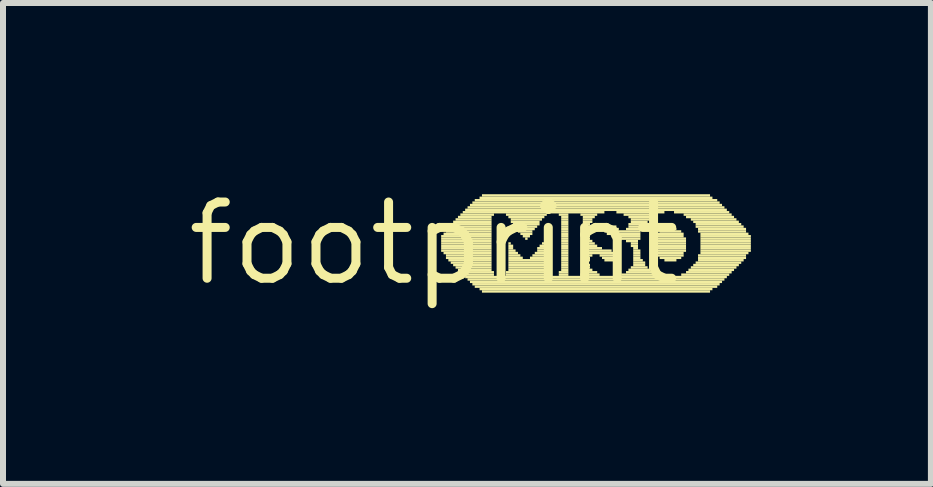
<source format=kicad_pcb>
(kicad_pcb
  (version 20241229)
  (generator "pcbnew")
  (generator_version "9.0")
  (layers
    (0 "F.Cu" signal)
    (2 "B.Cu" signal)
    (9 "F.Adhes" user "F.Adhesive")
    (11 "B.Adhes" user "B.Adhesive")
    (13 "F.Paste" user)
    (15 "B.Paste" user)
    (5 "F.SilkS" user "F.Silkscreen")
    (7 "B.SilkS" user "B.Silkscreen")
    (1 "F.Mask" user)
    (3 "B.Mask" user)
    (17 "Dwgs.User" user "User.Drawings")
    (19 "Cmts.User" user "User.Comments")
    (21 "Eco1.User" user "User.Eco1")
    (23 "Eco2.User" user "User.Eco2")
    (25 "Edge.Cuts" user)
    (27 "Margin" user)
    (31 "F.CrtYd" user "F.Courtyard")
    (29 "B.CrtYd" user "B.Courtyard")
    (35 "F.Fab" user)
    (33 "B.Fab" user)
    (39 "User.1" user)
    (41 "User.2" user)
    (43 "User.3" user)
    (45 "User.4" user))
  (footprint "footprint"
    (layer "F.Cu")
    (at 4.18 1.006)
    (property "Reference" "footprint" (at 0 0 0) (layer "F.SilkS") (effects (font (size 1.27 1.27) (thickness 0.15))))
    (fp_poly (pts (xy 0.12 -0.1) (xy 0.96 -0.1) (xy 0.96 -0.14) (xy 0.12 -0.14)) (stroke (width 0) (type solid)) (fill yes) (layer "F.SilkS"))
    (fp_poly (pts (xy 0.12 -0.06) (xy 0.96 -0.06) (xy 0.96 -0.1) (xy 0.12 -0.1)) (stroke (width 0) (type solid)) (fill yes) (layer "F.SilkS"))
    (fp_poly (pts (xy 0.12 -0.02) (xy 0.96 -0.02) (xy 0.96 -0.06) (xy 0.12 -0.06)) (stroke (width 0) (type solid)) (fill yes) (layer "F.SilkS"))
    (fp_poly (pts (xy 0.12 0.02) (xy 0.96 0.02) (xy 0.96 -0.02) (xy 0.12 -0.02)) (stroke (width 0) (type solid)) (fill yes) (layer "F.SilkS"))
    (fp_poly (pts (xy 0.12 0.06) (xy 0.96 0.06) (xy 0.96 0.02) (xy 0.12 0.02)) (stroke (width 0) (type solid)) (fill yes) (layer "F.SilkS"))
    (fp_poly (pts (xy 0.12 0.1) (xy 0.96 0.1) (xy 0.96 0.06) (xy 0.12 0.06)) (stroke (width 0) (type solid)) (fill yes) (layer "F.SilkS"))
    (fp_poly (pts (xy 0.12 0.14) (xy 0.96 0.14) (xy 0.96 0.1) (xy 0.12 0.1)) (stroke (width 0) (type solid)) (fill yes) (layer "F.SilkS"))
    (fp_poly (pts (xy 0.16 -0.14) (xy 0.96 -0.14) (xy 0.96 -0.18) (xy 0.16 -0.18)) (stroke (width 0) (type solid)) (fill yes) (layer "F.SilkS"))
    (fp_poly (pts (xy 0.16 0.18) (xy 0.96 0.18) (xy 0.96 0.14) (xy 0.16 0.14)) (stroke (width 0) (type solid)) (fill yes) (layer "F.SilkS"))
    (fp_poly (pts (xy 0.2 -0.22) (xy 0.96 -0.22) (xy 0.96 -0.26) (xy 0.2 -0.26)) (stroke (width 0) (type solid)) (fill yes) (layer "F.SilkS"))
    (fp_poly (pts (xy 0.2 -0.18) (xy 0.96 -0.18) (xy 0.96 -0.22) (xy 0.2 -0.22)) (stroke (width 0) (type solid)) (fill yes) (layer "F.SilkS"))
    (fp_poly (pts (xy 0.2 0.22) (xy 0.96 0.22) (xy 0.96 0.18) (xy 0.2 0.18)) (stroke (width 0) (type solid)) (fill yes) (layer "F.SilkS"))
    (fp_poly (pts (xy 0.2 0.26) (xy 0.96 0.26) (xy 0.96 0.22) (xy 0.2 0.22)) (stroke (width 0) (type solid)) (fill yes) (layer "F.SilkS"))
    (fp_poly (pts (xy 0.24 -0.26) (xy 0.96 -0.26) (xy 0.96 -0.3) (xy 0.24 -0.3)) (stroke (width 0) (type solid)) (fill yes) (layer "F.SilkS"))
    (fp_poly (pts (xy 0.24 0.3) (xy 0.96 0.3) (xy 0.96 0.26) (xy 0.24 0.26)) (stroke (width 0) (type solid)) (fill yes) (layer "F.SilkS"))
    (fp_poly (pts (xy 0.28 -0.3) (xy 0.96 -0.3) (xy 0.96 -0.34) (xy 0.28 -0.34)) (stroke (width 0) (type solid)) (fill yes) (layer "F.SilkS"))
    (fp_poly (pts (xy 0.28 0.34) (xy 0.96 0.34) (xy 0.96 0.3) (xy 0.28 0.3)) (stroke (width 0) (type solid)) (fill yes) (layer "F.SilkS"))
    (fp_poly (pts (xy 0.32 -0.34) (xy 0.96 -0.34) (xy 0.96 -0.38) (xy 0.32 -0.38)) (stroke (width 0) (type solid)) (fill yes) (layer "F.SilkS"))
    (fp_poly (pts (xy 0.32 0.38) (xy 0.96 0.38) (xy 0.96 0.34) (xy 0.32 0.34)) (stroke (width 0) (type solid)) (fill yes) (layer "F.SilkS"))
    (fp_poly (pts (xy 0.36 -0.38) (xy 0.96 -0.38) (xy 0.96 -0.42) (xy 0.36 -0.42)) (stroke (width 0) (type solid)) (fill yes) (layer "F.SilkS"))
    (fp_poly (pts (xy 0.36 0.42) (xy 0.96 0.42) (xy 0.96 0.38) (xy 0.36 0.38)) (stroke (width 0) (type solid)) (fill yes) (layer "F.SilkS"))
    (fp_poly (pts (xy 0.4 -0.42) (xy 0.96 -0.42) (xy 0.96 -0.46) (xy 0.4 -0.46)) (stroke (width 0) (type solid)) (fill yes) (layer "F.SilkS"))
    (fp_poly (pts (xy 0.4 0.46) (xy 0.96 0.46) (xy 0.96 0.42) (xy 0.4 0.42)) (stroke (width 0) (type solid)) (fill yes) (layer "F.SilkS"))
    (fp_poly (pts (xy 0.44 -0.46) (xy 1 -0.46) (xy 1 -0.5) (xy 0.44 -0.5)) (stroke (width 0) (type solid)) (fill yes) (layer "F.SilkS"))
    (fp_poly (pts (xy 0.44 0.5) (xy 1 0.5) (xy 1 0.46) (xy 0.44 0.46)) (stroke (width 0) (type solid)) (fill yes) (layer "F.SilkS"))
    (fp_poly (pts (xy 0.48 -0.5) (xy 2.84 -0.5) (xy 2.84 -0.54) (xy 0.48 -0.54)) (stroke (width 0) (type solid)) (fill yes) (layer "F.SilkS"))
    (fp_poly (pts (xy 0.48 0.54) (xy 1 0.54) (xy 1 0.5) (xy 0.48 0.5)) (stroke (width 0) (type solid)) (fill yes) (layer "F.SilkS"))
    (fp_poly (pts (xy 0.52 -0.54) (xy 4.88 -0.54) (xy 4.88 -0.58) (xy 0.52 -0.58)) (stroke (width 0) (type solid)) (fill yes) (layer "F.SilkS"))
    (fp_poly (pts (xy 0.52 0.58) (xy 4.88 0.58) (xy 4.88 0.54) (xy 0.52 0.54)) (stroke (width 0) (type solid)) (fill yes) (layer "F.SilkS"))
    (fp_poly (pts (xy 0.56 -0.58) (xy 4.84 -0.58) (xy 4.84 -0.62) (xy 0.56 -0.62)) (stroke (width 0) (type solid)) (fill yes) (layer "F.SilkS"))
    (fp_poly (pts (xy 0.56 0.62) (xy 4.84 0.62) (xy 4.84 0.58) (xy 0.56 0.58)) (stroke (width 0) (type solid)) (fill yes) (layer "F.SilkS"))
    (fp_poly (pts (xy 0.6 -0.62) (xy 4.8 -0.62) (xy 4.8 -0.66) (xy 0.6 -0.66)) (stroke (width 0) (type solid)) (fill yes) (layer "F.SilkS"))
    (fp_poly (pts (xy 0.6 0.66) (xy 4.8 0.66) (xy 4.8 0.62) (xy 0.6 0.62)) (stroke (width 0) (type solid)) (fill yes) (layer "F.SilkS"))
    (fp_poly (pts (xy 0.64 -0.66) (xy 4.76 -0.66) (xy 4.76 -0.7) (xy 0.64 -0.7)) (stroke (width 0) (type solid)) (fill yes) (layer "F.SilkS"))
    (fp_poly (pts (xy 0.64 0.7) (xy 4.76 0.7) (xy 4.76 0.66) (xy 0.64 0.66)) (stroke (width 0) (type solid)) (fill yes) (layer "F.SilkS"))
    (fp_poly (pts (xy 0.68 -0.7) (xy 4.72 -0.7) (xy 4.72 -0.74) (xy 0.68 -0.74)) (stroke (width 0) (type solid)) (fill yes) (layer "F.SilkS"))
    (fp_poly (pts (xy 0.68 0.74) (xy 4.72 0.74) (xy 4.72 0.7) (xy 0.68 0.7)) (stroke (width 0) (type solid)) (fill yes) (layer "F.SilkS"))
    (fp_poly (pts (xy 0.76 -0.74) (xy 4.64 -0.74) (xy 4.64 -0.78) (xy 0.76 -0.78)) (stroke (width 0) (type solid)) (fill yes) (layer "F.SilkS"))
    (fp_poly (pts (xy 0.76 0.78) (xy 4.64 0.78) (xy 4.64 0.74) (xy 0.76 0.74)) (stroke (width 0) (type solid)) (fill yes) (layer "F.SilkS"))
    (fp_poly (pts (xy 0.8 -0.78) (xy 4.6 -0.78) (xy 4.6 -0.82) (xy 0.8 -0.82)) (stroke (width 0) (type solid)) (fill yes) (layer "F.SilkS"))
    (fp_poly (pts (xy 0.8 0.82) (xy 4.6 0.82) (xy 4.6 0.78) (xy 0.8 0.78)) (stroke (width 0) (type solid)) (fill yes) (layer "F.SilkS"))
    (fp_poly (pts (xy 1.2 -0.46) (xy 1.88 -0.46) (xy 1.88 -0.5) (xy 1.2 -0.5)) (stroke (width 0) (type solid)) (fill yes) (layer "F.SilkS"))
    (fp_poly (pts (xy 1.2 0.5) (xy 1.88 0.5) (xy 1.88 0.46) (xy 1.2 0.46)) (stroke (width 0) (type solid)) (fill yes) (layer "F.SilkS"))
    (fp_poly (pts (xy 1.2 0.54) (xy 1.88 0.54) (xy 1.88 0.5) (xy 1.2 0.5)) (stroke (width 0) (type solid)) (fill yes) (layer "F.SilkS"))
    (fp_poly (pts (xy 1.24 -0.42) (xy 1.84 -0.42) (xy 1.84 -0.46) (xy 1.24 -0.46)) (stroke (width 0) (type solid)) (fill yes) (layer "F.SilkS"))
    (fp_poly (pts (xy 1.24 0.02) (xy 1.28 0.02) (xy 1.28 -0.02) (xy 1.24 -0.02)) (stroke (width 0) (type solid)) (fill yes) (layer "F.SilkS"))
    (fp_poly (pts (xy 1.24 0.06) (xy 1.32 0.06) (xy 1.32 0.02) (xy 1.24 0.02)) (stroke (width 0) (type solid)) (fill yes) (layer "F.SilkS"))
    (fp_poly (pts (xy 1.24 0.1) (xy 1.32 0.1) (xy 1.32 0.06) (xy 1.24 0.06)) (stroke (width 0) (type solid)) (fill yes) (layer "F.SilkS"))
    (fp_poly (pts (xy 1.24 0.14) (xy 1.36 0.14) (xy 1.36 0.1) (xy 1.24 0.1)) (stroke (width 0) (type solid)) (fill yes) (layer "F.SilkS"))
    (fp_poly (pts (xy 1.24 0.18) (xy 1.4 0.18) (xy 1.4 0.14) (xy 1.24 0.14)) (stroke (width 0) (type solid)) (fill yes) (layer "F.SilkS"))
    (fp_poly (pts (xy 1.24 0.22) (xy 1.44 0.22) (xy 1.44 0.18) (xy 1.24 0.18)) (stroke (width 0) (type solid)) (fill yes) (layer "F.SilkS"))
    (fp_poly (pts (xy 1.24 0.26) (xy 1.48 0.26) (xy 1.48 0.22) (xy 1.24 0.22)) (stroke (width 0) (type solid)) (fill yes) (layer "F.SilkS"))
    (fp_poly (pts (xy 1.24 0.3) (xy 1.84 0.3) (xy 1.84 0.26) (xy 1.24 0.26)) (stroke (width 0) (type solid)) (fill yes) (layer "F.SilkS"))
    (fp_poly (pts (xy 1.24 0.34) (xy 1.84 0.34) (xy 1.84 0.3) (xy 1.24 0.3)) (stroke (width 0) (type solid)) (fill yes) (layer "F.SilkS"))
    (fp_poly (pts (xy 1.24 0.38) (xy 1.84 0.38) (xy 1.84 0.34) (xy 1.24 0.34)) (stroke (width 0) (type solid)) (fill yes) (layer "F.SilkS"))
    (fp_poly (pts (xy 1.24 0.42) (xy 1.84 0.42) (xy 1.84 0.38) (xy 1.24 0.38)) (stroke (width 0) (type solid)) (fill yes) (layer "F.SilkS"))
    (fp_poly (pts (xy 1.24 0.46) (xy 1.84 0.46) (xy 1.84 0.42) (xy 1.24 0.42)) (stroke (width 0) (type solid)) (fill yes) (layer "F.SilkS"))
    (fp_poly (pts (xy 1.28 -0.38) (xy 1.8 -0.38) (xy 1.8 -0.42) (xy 1.28 -0.42)) (stroke (width 0) (type solid)) (fill yes) (layer "F.SilkS"))
    (fp_poly (pts (xy 1.28 -0.34) (xy 1.76 -0.34) (xy 1.76 -0.38) (xy 1.28 -0.38)) (stroke (width 0) (type solid)) (fill yes) (layer "F.SilkS"))
    (fp_poly (pts (xy 1.32 -0.3) (xy 1.76 -0.3) (xy 1.76 -0.34) (xy 1.32 -0.34)) (stroke (width 0) (type solid)) (fill yes) (layer "F.SilkS"))
    (fp_poly (pts (xy 1.36 -0.26) (xy 1.72 -0.26) (xy 1.72 -0.3) (xy 1.36 -0.3)) (stroke (width 0) (type solid)) (fill yes) (layer "F.SilkS"))
    (fp_poly (pts (xy 1.4 -0.22) (xy 1.68 -0.22) (xy 1.68 -0.26) (xy 1.4 -0.26)) (stroke (width 0) (type solid)) (fill yes) (layer "F.SilkS"))
    (fp_poly (pts (xy 1.4 -0.18) (xy 1.64 -0.18) (xy 1.64 -0.22) (xy 1.4 -0.22)) (stroke (width 0) (type solid)) (fill yes) (layer "F.SilkS"))
    (fp_poly (pts (xy 1.44 -0.14) (xy 1.64 -0.14) (xy 1.64 -0.18) (xy 1.44 -0.18)) (stroke (width 0) (type solid)) (fill yes) (layer "F.SilkS"))
    (fp_poly (pts (xy 1.48 -0.1) (xy 1.6 -0.1) (xy 1.6 -0.14) (xy 1.48 -0.14)) (stroke (width 0) (type solid)) (fill yes) (layer "F.SilkS"))
    (fp_poly (pts (xy 1.52 -0.06) (xy 1.56 -0.06) (xy 1.56 -0.1) (xy 1.52 -0.1)) (stroke (width 0) (type solid)) (fill yes) (layer "F.SilkS"))
    (fp_poly (pts (xy 1.6 0.26) (xy 1.84 0.26) (xy 1.84 0.22) (xy 1.6 0.22)) (stroke (width 0) (type solid)) (fill yes) (layer "F.SilkS"))
    (fp_poly (pts (xy 1.64 0.22) (xy 1.84 0.22) (xy 1.84 0.18) (xy 1.64 0.18)) (stroke (width 0) (type solid)) (fill yes) (layer "F.SilkS"))
    (fp_poly (pts (xy 1.68 0.18) (xy 1.84 0.18) (xy 1.84 0.14) (xy 1.68 0.14)) (stroke (width 0) (type solid)) (fill yes) (layer "F.SilkS"))
    (fp_poly (pts (xy 1.72 0.1) (xy 1.84 0.1) (xy 1.84 0.06) (xy 1.72 0.06)) (stroke (width 0) (type solid)) (fill yes) (layer "F.SilkS"))
    (fp_poly (pts (xy 1.72 0.14) (xy 1.84 0.14) (xy 1.84 0.1) (xy 1.72 0.1)) (stroke (width 0) (type solid)) (fill yes) (layer "F.SilkS"))
    (fp_poly (pts (xy 1.76 0.06) (xy 1.84 0.06) (xy 1.84 0.02) (xy 1.76 0.02)) (stroke (width 0) (type solid)) (fill yes) (layer "F.SilkS"))
    (fp_poly (pts (xy 1.8 0.02) (xy 1.84 0.02) (xy 1.84 -0.02) (xy 1.8 -0.02)) (stroke (width 0) (type solid)) (fill yes) (layer "F.SilkS"))
    (fp_poly (pts (xy 2.08 -0.46) (xy 2.24 -0.46) (xy 2.24 -0.5) (xy 2.08 -0.5)) (stroke (width 0) (type solid)) (fill yes) (layer "F.SilkS"))
    (fp_poly (pts (xy 2.08 0.5) (xy 2.24 0.5) (xy 2.24 0.46) (xy 2.08 0.46)) (stroke (width 0) (type solid)) (fill yes) (layer "F.SilkS"))
    (fp_poly (pts (xy 2.08 0.54) (xy 2.24 0.54) (xy 2.24 0.5) (xy 2.08 0.5)) (stroke (width 0) (type solid)) (fill yes) (layer "F.SilkS"))
    (fp_poly (pts (xy 2.12 -0.42) (xy 2.24 -0.42) (xy 2.24 -0.46) (xy 2.12 -0.46)) (stroke (width 0) (type solid)) (fill yes) (layer "F.SilkS"))
    (fp_poly (pts (xy 2.12 -0.38) (xy 2.24 -0.38) (xy 2.24 -0.42) (xy 2.12 -0.42)) (stroke (width 0) (type solid)) (fill yes) (layer "F.SilkS"))
    (fp_poly (pts (xy 2.12 -0.34) (xy 2.24 -0.34) (xy 2.24 -0.38) (xy 2.12 -0.38)) (stroke (width 0) (type solid)) (fill yes) (layer "F.SilkS"))
    (fp_poly (pts (xy 2.12 -0.3) (xy 2.24 -0.3) (xy 2.24 -0.34) (xy 2.12 -0.34)) (stroke (width 0) (type solid)) (fill yes) (layer "F.SilkS"))
    (fp_poly (pts (xy 2.12 -0.26) (xy 2.24 -0.26) (xy 2.24 -0.3) (xy 2.12 -0.3)) (stroke (width 0) (type solid)) (fill yes) (layer "F.SilkS"))
    (fp_poly (pts (xy 2.12 -0.22) (xy 2.24 -0.22) (xy 2.24 -0.26) (xy 2.12 -0.26)) (stroke (width 0) (type solid)) (fill yes) (layer "F.SilkS"))
    (fp_poly (pts (xy 2.12 -0.18) (xy 2.24 -0.18) (xy 2.24 -0.22) (xy 2.12 -0.22)) (stroke (width 0) (type solid)) (fill yes) (layer "F.SilkS"))
    (fp_poly (pts (xy 2.12 -0.14) (xy 2.24 -0.14) (xy 2.24 -0.18) (xy 2.12 -0.18)) (stroke (width 0) (type solid)) (fill yes) (layer "F.SilkS"))
    (fp_poly (pts (xy 2.12 -0.1) (xy 2.24 -0.1) (xy 2.24 -0.14) (xy 2.12 -0.14)) (stroke (width 0) (type solid)) (fill yes) (layer "F.SilkS"))
    (fp_poly (pts (xy 2.12 -0.06) (xy 2.24 -0.06) (xy 2.24 -0.1) (xy 2.12 -0.1)) (stroke (width 0) (type solid)) (fill yes) (layer "F.SilkS"))
    (fp_poly (pts (xy 2.12 -0.02) (xy 2.24 -0.02) (xy 2.24 -0.06) (xy 2.12 -0.06)) (stroke (width 0) (type solid)) (fill yes) (layer "F.SilkS"))
    (fp_poly (pts (xy 2.12 0.02) (xy 2.24 0.02) (xy 2.24 -0.02) (xy 2.12 -0.02)) (stroke (width 0) (type solid)) (fill yes) (layer "F.SilkS"))
    (fp_poly (pts (xy 2.12 0.06) (xy 2.24 0.06) (xy 2.24 0.02) (xy 2.12 0.02)) (stroke (width 0) (type solid)) (fill yes) (layer "F.SilkS"))
    (fp_poly (pts (xy 2.12 0.1) (xy 2.24 0.1) (xy 2.24 0.06) (xy 2.12 0.06)) (stroke (width 0) (type solid)) (fill yes) (layer "F.SilkS"))
    (fp_poly (pts (xy 2.12 0.14) (xy 2.24 0.14) (xy 2.24 0.1) (xy 2.12 0.1)) (stroke (width 0) (type solid)) (fill yes) (layer "F.SilkS"))
    (fp_poly (pts (xy 2.12 0.18) (xy 2.24 0.18) (xy 2.24 0.14) (xy 2.12 0.14)) (stroke (width 0) (type solid)) (fill yes) (layer "F.SilkS"))
    (fp_poly (pts (xy 2.12 0.22) (xy 2.24 0.22) (xy 2.24 0.18) (xy 2.12 0.18)) (stroke (width 0) (type solid)) (fill yes) (layer "F.SilkS"))
    (fp_poly (pts (xy 2.12 0.26) (xy 2.24 0.26) (xy 2.24 0.22) (xy 2.12 0.22)) (stroke (width 0) (type solid)) (fill yes) (layer "F.SilkS"))
    (fp_poly (pts (xy 2.12 0.3) (xy 2.24 0.3) (xy 2.24 0.26) (xy 2.12 0.26)) (stroke (width 0) (type solid)) (fill yes) (layer "F.SilkS"))
    (fp_poly (pts (xy 2.12 0.34) (xy 2.24 0.34) (xy 2.24 0.3) (xy 2.12 0.3)) (stroke (width 0) (type solid)) (fill yes) (layer "F.SilkS"))
    (fp_poly (pts (xy 2.12 0.38) (xy 2.24 0.38) (xy 2.24 0.34) (xy 2.12 0.34)) (stroke (width 0) (type solid)) (fill yes) (layer "F.SilkS"))
    (fp_poly (pts (xy 2.12 0.42) (xy 2.24 0.42) (xy 2.24 0.38) (xy 2.12 0.38)) (stroke (width 0) (type solid)) (fill yes) (layer "F.SilkS"))
    (fp_poly (pts (xy 2.12 0.46) (xy 2.24 0.46) (xy 2.24 0.42) (xy 2.12 0.42)) (stroke (width 0) (type solid)) (fill yes) (layer "F.SilkS"))
    (fp_poly (pts (xy 2.44 -0.46) (xy 2.72 -0.46) (xy 2.72 -0.5) (xy 2.44 -0.5)) (stroke (width 0) (type solid)) (fill yes) (layer "F.SilkS"))
    (fp_poly (pts (xy 2.44 0.54) (xy 2.76 0.54) (xy 2.76 0.5) (xy 2.44 0.5)) (stroke (width 0) (type solid)) (fill yes) (layer "F.SilkS"))
    (fp_poly (pts (xy 2.48 -0.42) (xy 2.68 -0.42) (xy 2.68 -0.46) (xy 2.48 -0.46)) (stroke (width 0) (type solid)) (fill yes) (layer "F.SilkS"))
    (fp_poly (pts (xy 2.48 -0.38) (xy 2.64 -0.38) (xy 2.64 -0.42) (xy 2.48 -0.42)) (stroke (width 0) (type solid)) (fill yes) (layer "F.SilkS"))
    (fp_poly (pts (xy 2.48 -0.34) (xy 2.64 -0.34) (xy 2.64 -0.38) (xy 2.48 -0.38)) (stroke (width 0) (type solid)) (fill yes) (layer "F.SilkS"))
    (fp_poly (pts (xy 2.48 -0.3) (xy 2.6 -0.3) (xy 2.6 -0.34) (xy 2.48 -0.34)) (stroke (width 0) (type solid)) (fill yes) (layer "F.SilkS"))
    (fp_poly (pts (xy 2.48 -0.26) (xy 2.6 -0.26) (xy 2.6 -0.3) (xy 2.48 -0.3)) (stroke (width 0) (type solid)) (fill yes) (layer "F.SilkS"))
    (fp_poly (pts (xy 2.48 -0.22) (xy 2.6 -0.22) (xy 2.6 -0.26) (xy 2.48 -0.26)) (stroke (width 0) (type solid)) (fill yes) (layer "F.SilkS"))
    (fp_poly (pts (xy 2.48 -0.18) (xy 2.6 -0.18) (xy 2.6 -0.22) (xy 2.48 -0.22)) (stroke (width 0) (type solid)) (fill yes) (layer "F.SilkS"))
    (fp_poly (pts (xy 2.48 -0.14) (xy 2.6 -0.14) (xy 2.6 -0.18) (xy 2.48 -0.18)) (stroke (width 0) (type solid)) (fill yes) (layer "F.SilkS"))
    (fp_poly (pts (xy 2.48 -0.1) (xy 2.6 -0.1) (xy 2.6 -0.14) (xy 2.48 -0.14)) (stroke (width 0) (type solid)) (fill yes) (layer "F.SilkS"))
    (fp_poly (pts (xy 2.48 -0.06) (xy 2.6 -0.06) (xy 2.6 -0.1) (xy 2.48 -0.1)) (stroke (width 0) (type solid)) (fill yes) (layer "F.SilkS"))
    (fp_poly (pts (xy 2.48 -0.02) (xy 2.64 -0.02) (xy 2.64 -0.06) (xy 2.48 -0.06)) (stroke (width 0) (type solid)) (fill yes) (layer "F.SilkS"))
    (fp_poly (pts (xy 2.48 0.02) (xy 2.68 0.02) (xy 2.68 -0.02) (xy 2.48 -0.02)) (stroke (width 0) (type solid)) (fill yes) (layer "F.SilkS"))
    (fp_poly (pts (xy 2.48 0.06) (xy 2.72 0.06) (xy 2.72 0.02) (xy 2.48 0.02)) (stroke (width 0) (type solid)) (fill yes) (layer "F.SilkS"))
    (fp_poly (pts (xy 2.48 0.1) (xy 2.8 0.1) (xy 2.8 0.06) (xy 2.48 0.06)) (stroke (width 0) (type solid)) (fill yes) (layer "F.SilkS"))
    (fp_poly (pts (xy 2.48 0.14) (xy 2.96 0.14) (xy 2.96 0.1) (xy 2.48 0.1)) (stroke (width 0) (type solid)) (fill yes) (layer "F.SilkS"))
    (fp_poly (pts (xy 2.48 0.18) (xy 3.04 0.18) (xy 3.04 0.14) (xy 2.48 0.14)) (stroke (width 0) (type solid)) (fill yes) (layer "F.SilkS"))
    (fp_poly (pts (xy 2.48 0.22) (xy 2.64 0.22) (xy 2.64 0.18) (xy 2.48 0.18)) (stroke (width 0) (type solid)) (fill yes) (layer "F.SilkS"))
    (fp_poly (pts (xy 2.48 0.26) (xy 2.6 0.26) (xy 2.6 0.22) (xy 2.48 0.22)) (stroke (width 0) (type solid)) (fill yes) (layer "F.SilkS"))
    (fp_poly (pts (xy 2.48 0.3) (xy 2.6 0.3) (xy 2.6 0.26) (xy 2.48 0.26)) (stroke (width 0) (type solid)) (fill yes) (layer "F.SilkS"))
    (fp_poly (pts (xy 2.48 0.34) (xy 2.56 0.34) (xy 2.56 0.3) (xy 2.48 0.3)) (stroke (width 0) (type solid)) (fill yes) (layer "F.SilkS"))
    (fp_poly (pts (xy 2.48 0.38) (xy 2.6 0.38) (xy 2.6 0.34) (xy 2.48 0.34)) (stroke (width 0) (type solid)) (fill yes) (layer "F.SilkS"))
    (fp_poly (pts (xy 2.48 0.42) (xy 2.6 0.42) (xy 2.6 0.38) (xy 2.48 0.38)) (stroke (width 0) (type solid)) (fill yes) (layer "F.SilkS"))
    (fp_poly (pts (xy 2.48 0.46) (xy 2.64 0.46) (xy 2.64 0.42) (xy 2.48 0.42)) (stroke (width 0) (type solid)) (fill yes) (layer "F.SilkS"))
    (fp_poly (pts (xy 2.48 0.5) (xy 2.72 0.5) (xy 2.72 0.46) (xy 2.48 0.46)) (stroke (width 0) (type solid)) (fill yes) (layer "F.SilkS"))
    (fp_poly (pts (xy 2.76 0.22) (xy 3.08 0.22) (xy 3.08 0.18) (xy 2.76 0.18)) (stroke (width 0) (type solid)) (fill yes) (layer "F.SilkS"))
    (fp_poly (pts (xy 2.8 0.26) (xy 3.08 0.26) (xy 3.08 0.22) (xy 2.8 0.22)) (stroke (width 0) (type solid)) (fill yes) (layer "F.SilkS"))
    (fp_poly (pts (xy 2.84 -0.22) (xy 3.08 -0.22) (xy 3.08 -0.26) (xy 2.84 -0.26)) (stroke (width 0) (type solid)) (fill yes) (layer "F.SilkS"))
    (fp_poly (pts (xy 2.84 -0.18) (xy 3.44 -0.18) (xy 3.44 -0.22) (xy 2.84 -0.22)) (stroke (width 0) (type solid)) (fill yes) (layer "F.SilkS"))
    (fp_poly (pts (xy 2.84 0.3) (xy 3.08 0.3) (xy 3.08 0.26) (xy 2.84 0.26)) (stroke (width 0) (type solid)) (fill yes) (layer "F.SilkS"))
    (fp_poly (pts (xy 2.88 -0.26) (xy 3.04 -0.26) (xy 3.04 -0.3) (xy 2.88 -0.3)) (stroke (width 0) (type solid)) (fill yes) (layer "F.SilkS"))
    (fp_poly (pts (xy 2.88 -0.14) (xy 3.44 -0.14) (xy 3.44 -0.18) (xy 2.88 -0.18)) (stroke (width 0) (type solid)) (fill yes) (layer "F.SilkS"))
    (fp_poly (pts (xy 2.96 -0.1) (xy 3.44 -0.1) (xy 3.44 -0.14) (xy 2.96 -0.14)) (stroke (width 0) (type solid)) (fill yes) (layer "F.SilkS"))
    (fp_poly (pts (xy 3.04 -0.5) (xy 3.84 -0.5) (xy 3.84 -0.54) (xy 3.04 -0.54)) (stroke (width 0) (type solid)) (fill yes) (layer "F.SilkS"))
    (fp_poly (pts (xy 3.12 -0.06) (xy 3.44 -0.06) (xy 3.44 -0.1) (xy 3.12 -0.1)) (stroke (width 0) (type solid)) (fill yes) (layer "F.SilkS"))
    (fp_poly (pts (xy 3.12 0.54) (xy 3.76 0.54) (xy 3.76 0.5) (xy 3.12 0.5)) (stroke (width 0) (type solid)) (fill yes) (layer "F.SilkS"))
    (fp_poly (pts (xy 3.16 -0.46) (xy 3.72 -0.46) (xy 3.72 -0.5) (xy 3.16 -0.5)) (stroke (width 0) (type solid)) (fill yes) (layer "F.SilkS"))
    (fp_poly (pts (xy 3.2 -0.22) (xy 3.48 -0.22) (xy 3.48 -0.26) (xy 3.2 -0.26)) (stroke (width 0) (type solid)) (fill yes) (layer "F.SilkS"))
    (fp_poly (pts (xy 3.2 -0.02) (xy 3.4 -0.02) (xy 3.4 -0.06) (xy 3.2 -0.06)) (stroke (width 0) (type solid)) (fill yes) (layer "F.SilkS"))
    (fp_poly (pts (xy 3.2 0.5) (xy 3.68 0.5) (xy 3.68 0.46) (xy 3.2 0.46)) (stroke (width 0) (type solid)) (fill yes) (layer "F.SilkS"))
    (fp_poly (pts (xy 3.24 -0.42) (xy 3.64 -0.42) (xy 3.64 -0.46) (xy 3.24 -0.46)) (stroke (width 0) (type solid)) (fill yes) (layer "F.SilkS"))
    (fp_poly (pts (xy 3.24 -0.3) (xy 3.52 -0.3) (xy 3.52 -0.34) (xy 3.24 -0.34)) (stroke (width 0) (type solid)) (fill yes) (layer "F.SilkS"))
    (fp_poly (pts (xy 3.24 -0.26) (xy 3.48 -0.26) (xy 3.48 -0.3) (xy 3.24 -0.3)) (stroke (width 0) (type solid)) (fill yes) (layer "F.SilkS"))
    (fp_poly (pts (xy 3.24 0.46) (xy 3.6 0.46) (xy 3.6 0.42) (xy 3.24 0.42)) (stroke (width 0) (type solid)) (fill yes) (layer "F.SilkS"))
    (fp_poly (pts (xy 3.28 -0.38) (xy 3.6 -0.38) (xy 3.6 -0.42) (xy 3.28 -0.42)) (stroke (width 0) (type solid)) (fill yes) (layer "F.SilkS"))
    (fp_poly (pts (xy 3.28 -0.34) (xy 3.56 -0.34) (xy 3.56 -0.38) (xy 3.28 -0.38)) (stroke (width 0) (type solid)) (fill yes) (layer "F.SilkS"))
    (fp_poly (pts (xy 3.28 0.02) (xy 3.4 0.02) (xy 3.4 -0.02) (xy 3.28 -0.02)) (stroke (width 0) (type solid)) (fill yes) (layer "F.SilkS"))
    (fp_poly (pts (xy 3.28 0.06) (xy 3.4 0.06) (xy 3.4 0.02) (xy 3.28 0.02)) (stroke (width 0) (type solid)) (fill yes) (layer "F.SilkS"))
    (fp_poly (pts (xy 3.28 0.42) (xy 3.56 0.42) (xy 3.56 0.38) (xy 3.28 0.38)) (stroke (width 0) (type solid)) (fill yes) (layer "F.SilkS"))
    (fp_poly (pts (xy 3.32 0.1) (xy 3.4 0.1) (xy 3.4 0.06) (xy 3.32 0.06)) (stroke (width 0) (type solid)) (fill yes) (layer "F.SilkS"))
    (fp_poly (pts (xy 3.32 0.14) (xy 3.44 0.14) (xy 3.44 0.1) (xy 3.32 0.1)) (stroke (width 0) (type solid)) (fill yes) (layer "F.SilkS"))
    (fp_poly (pts (xy 3.32 0.18) (xy 3.44 0.18) (xy 3.44 0.14) (xy 3.32 0.14)) (stroke (width 0) (type solid)) (fill yes) (layer "F.SilkS"))
    (fp_poly (pts (xy 3.32 0.22) (xy 3.44 0.22) (xy 3.44 0.18) (xy 3.32 0.18)) (stroke (width 0) (type solid)) (fill yes) (layer "F.SilkS"))
    (fp_poly (pts (xy 3.32 0.26) (xy 3.44 0.26) (xy 3.44 0.22) (xy 3.32 0.22)) (stroke (width 0) (type solid)) (fill yes) (layer "F.SilkS"))
    (fp_poly (pts (xy 3.32 0.3) (xy 3.48 0.3) (xy 3.48 0.26) (xy 3.32 0.26)) (stroke (width 0) (type solid)) (fill yes) (layer "F.SilkS"))
    (fp_poly (pts (xy 3.32 0.34) (xy 3.52 0.34) (xy 3.52 0.3) (xy 3.32 0.3)) (stroke (width 0) (type solid)) (fill yes) (layer "F.SilkS"))
    (fp_poly (pts (xy 3.32 0.38) (xy 3.52 0.38) (xy 3.52 0.34) (xy 3.32 0.34)) (stroke (width 0) (type solid)) (fill yes) (layer "F.SilkS"))
    (fp_poly (pts (xy 3.68 -0.1) (xy 4.16 -0.1) (xy 4.16 -0.14) (xy 3.68 -0.14)) (stroke (width 0) (type solid)) (fill yes) (layer "F.SilkS"))
    (fp_poly (pts (xy 3.68 -0.06) (xy 4.2 -0.06) (xy 4.2 -0.1) (xy 3.68 -0.1)) (stroke (width 0) (type solid)) (fill yes) (layer "F.SilkS"))
    (fp_poly (pts (xy 3.68 -0.02) (xy 4.2 -0.02) (xy 4.2 -0.06) (xy 3.68 -0.06)) (stroke (width 0) (type solid)) (fill yes) (layer "F.SilkS"))
    (fp_poly (pts (xy 3.68 0.02) (xy 4.2 0.02) (xy 4.2 -0.02) (xy 3.68 -0.02)) (stroke (width 0) (type solid)) (fill yes) (layer "F.SilkS"))
    (fp_poly (pts (xy 3.68 0.06) (xy 4.2 0.06) (xy 4.2 0.02) (xy 3.68 0.02)) (stroke (width 0) (type solid)) (fill yes) (layer "F.SilkS"))
    (fp_poly (pts (xy 3.68 0.1) (xy 4.2 0.1) (xy 4.2 0.06) (xy 3.68 0.06)) (stroke (width 0) (type solid)) (fill yes) (layer "F.SilkS"))
    (fp_poly (pts (xy 3.68 0.14) (xy 4.2 0.14) (xy 4.2 0.1) (xy 3.68 0.1)) (stroke (width 0) (type solid)) (fill yes) (layer "F.SilkS"))
    (fp_poly (pts (xy 3.68 0.18) (xy 4.16 0.18) (xy 4.16 0.14) (xy 3.68 0.14)) (stroke (width 0) (type solid)) (fill yes) (layer "F.SilkS"))
    (fp_poly (pts (xy 3.72 -0.14) (xy 4.16 -0.14) (xy 4.16 -0.18) (xy 3.72 -0.18)) (stroke (width 0) (type solid)) (fill yes) (layer "F.SilkS"))
    (fp_poly (pts (xy 3.72 0.22) (xy 4.16 0.22) (xy 4.16 0.18) (xy 3.72 0.18)) (stroke (width 0) (type solid)) (fill yes) (layer "F.SilkS"))
    (fp_poly (pts (xy 3.76 -0.18) (xy 4.12 -0.18) (xy 4.12 -0.22) (xy 3.76 -0.22)) (stroke (width 0) (type solid)) (fill yes) (layer "F.SilkS"))
    (fp_poly (pts (xy 3.76 0.26) (xy 4.12 0.26) (xy 4.12 0.22) (xy 3.76 0.22)) (stroke (width 0) (type solid)) (fill yes) (layer "F.SilkS"))
    (fp_poly (pts (xy 3.8 -0.22) (xy 4.04 -0.22) (xy 4.04 -0.26) (xy 3.8 -0.26)) (stroke (width 0) (type solid)) (fill yes) (layer "F.SilkS"))
    (fp_poly (pts (xy 3.84 0.3) (xy 4.04 0.3) (xy 4.04 0.26) (xy 3.84 0.26)) (stroke (width 0) (type solid)) (fill yes) (layer "F.SilkS"))
    (fp_poly (pts (xy 4 -0.5) (xy 4.92 -0.5) (xy 4.92 -0.54) (xy 4 -0.54)) (stroke (width 0) (type solid)) (fill yes) (layer "F.SilkS"))
    (fp_poly (pts (xy 4.12 0.54) (xy 4.92 0.54) (xy 4.92 0.5) (xy 4.12 0.5)) (stroke (width 0) (type solid)) (fill yes) (layer "F.SilkS"))
    (fp_poly (pts (xy 4.16 -0.46) (xy 4.96 -0.46) (xy 4.96 -0.5) (xy 4.16 -0.5)) (stroke (width 0) (type solid)) (fill yes) (layer "F.SilkS"))
    (fp_poly (pts (xy 4.2 -0.42) (xy 5 -0.42) (xy 5 -0.46) (xy 4.2 -0.46)) (stroke (width 0) (type solid)) (fill yes) (layer "F.SilkS"))
    (fp_poly (pts (xy 4.2 0.5) (xy 4.96 0.5) (xy 4.96 0.46) (xy 4.2 0.46)) (stroke (width 0) (type solid)) (fill yes) (layer "F.SilkS"))
    (fp_poly (pts (xy 4.24 0.46) (xy 5 0.46) (xy 5 0.42) (xy 4.24 0.42)) (stroke (width 0) (type solid)) (fill yes) (layer "F.SilkS"))
    (fp_poly (pts (xy 4.28 -0.38) (xy 5.04 -0.38) (xy 5.04 -0.42) (xy 4.28 -0.42)) (stroke (width 0) (type solid)) (fill yes) (layer "F.SilkS"))
    (fp_poly (pts (xy 4.28 0.42) (xy 5.04 0.42) (xy 5.04 0.38) (xy 4.28 0.38)) (stroke (width 0) (type solid)) (fill yes) (layer "F.SilkS"))
    (fp_poly (pts (xy 4.32 -0.34) (xy 5.08 -0.34) (xy 5.08 -0.38) (xy 4.32 -0.38)) (stroke (width 0) (type solid)) (fill yes) (layer "F.SilkS"))
    (fp_poly (pts (xy 4.32 0.38) (xy 5.08 0.38) (xy 5.08 0.34) (xy 4.32 0.34)) (stroke (width 0) (type solid)) (fill yes) (layer "F.SilkS"))
    (fp_poly (pts (xy 4.36 -0.3) (xy 5.12 -0.3) (xy 5.12 -0.34) (xy 4.36 -0.34)) (stroke (width 0) (type solid)) (fill yes) (layer "F.SilkS"))
    (fp_poly (pts (xy 4.36 -0.26) (xy 5.16 -0.26) (xy 5.16 -0.3) (xy 4.36 -0.3)) (stroke (width 0) (type solid)) (fill yes) (layer "F.SilkS"))
    (fp_poly (pts (xy 4.36 0.34) (xy 5.12 0.34) (xy 5.12 0.3) (xy 4.36 0.3)) (stroke (width 0) (type solid)) (fill yes) (layer "F.SilkS"))
    (fp_poly (pts (xy 4.4 -0.22) (xy 5.2 -0.22) (xy 5.2 -0.26) (xy 4.4 -0.26)) (stroke (width 0) (type solid)) (fill yes) (layer "F.SilkS"))
    (fp_poly (pts (xy 4.4 -0.18) (xy 5.2 -0.18) (xy 5.2 -0.22) (xy 4.4 -0.22)) (stroke (width 0) (type solid)) (fill yes) (layer "F.SilkS"))
    (fp_poly (pts (xy 4.4 0.22) (xy 5.2 0.22) (xy 5.2 0.18) (xy 4.4 0.18)) (stroke (width 0) (type solid)) (fill yes) (layer "F.SilkS"))
    (fp_poly (pts (xy 4.4 0.26) (xy 5.2 0.26) (xy 5.2 0.22) (xy 4.4 0.22)) (stroke (width 0) (type solid)) (fill yes) (layer "F.SilkS"))
    (fp_poly (pts (xy 4.4 0.3) (xy 5.16 0.3) (xy 5.16 0.26) (xy 4.4 0.26)) (stroke (width 0) (type solid)) (fill yes) (layer "F.SilkS"))
    (fp_poly (pts (xy 4.44 -0.14) (xy 5.24 -0.14) (xy 5.24 -0.18) (xy 4.44 -0.18)) (stroke (width 0) (type solid)) (fill yes) (layer "F.SilkS"))
    (fp_poly (pts (xy 4.44 -0.1) (xy 5.28 -0.1) (xy 5.28 -0.14) (xy 4.44 -0.14)) (stroke (width 0) (type solid)) (fill yes) (layer "F.SilkS"))
    (fp_poly (pts (xy 4.44 -0.06) (xy 5.28 -0.06) (xy 5.28 -0.1) (xy 4.44 -0.1)) (stroke (width 0) (type solid)) (fill yes) (layer "F.SilkS"))
    (fp_poly (pts (xy 4.44 -0.02) (xy 5.28 -0.02) (xy 5.28 -0.06) (xy 4.44 -0.06)) (stroke (width 0) (type solid)) (fill yes) (layer "F.SilkS"))
    (fp_poly (pts (xy 4.44 0.02) (xy 5.28 0.02) (xy 5.28 -0.02) (xy 4.44 -0.02)) (stroke (width 0) (type solid)) (fill yes) (layer "F.SilkS"))
    (fp_poly (pts (xy 4.44 0.06) (xy 5.28 0.06) (xy 5.28 0.02) (xy 4.44 0.02)) (stroke (width 0) (type solid)) (fill yes) (layer "F.SilkS"))
    (fp_poly (pts (xy 4.44 0.1) (xy 5.28 0.1) (xy 5.28 0.06) (xy 4.44 0.06)) (stroke (width 0) (type solid)) (fill yes) (layer "F.SilkS"))
    (fp_poly (pts (xy 4.44 0.14) (xy 5.28 0.14) (xy 5.28 0.1) (xy 4.44 0.1)) (stroke (width 0) (type solid)) (fill yes) (layer "F.SilkS"))
    (fp_poly (pts (xy 4.44 0.18) (xy 5.24 0.18) (xy 5.24 0.14) (xy 4.44 0.14)) (stroke (width 0) (type solid)) (fill yes) (layer "F.SilkS")))
  (gr_rect
    (start -3 -3)
    (end 12.46 5.012)
    (stroke (width 0.1) (type default))
    (fill no)
    (layer "Edge.Cuts")))
</source>
